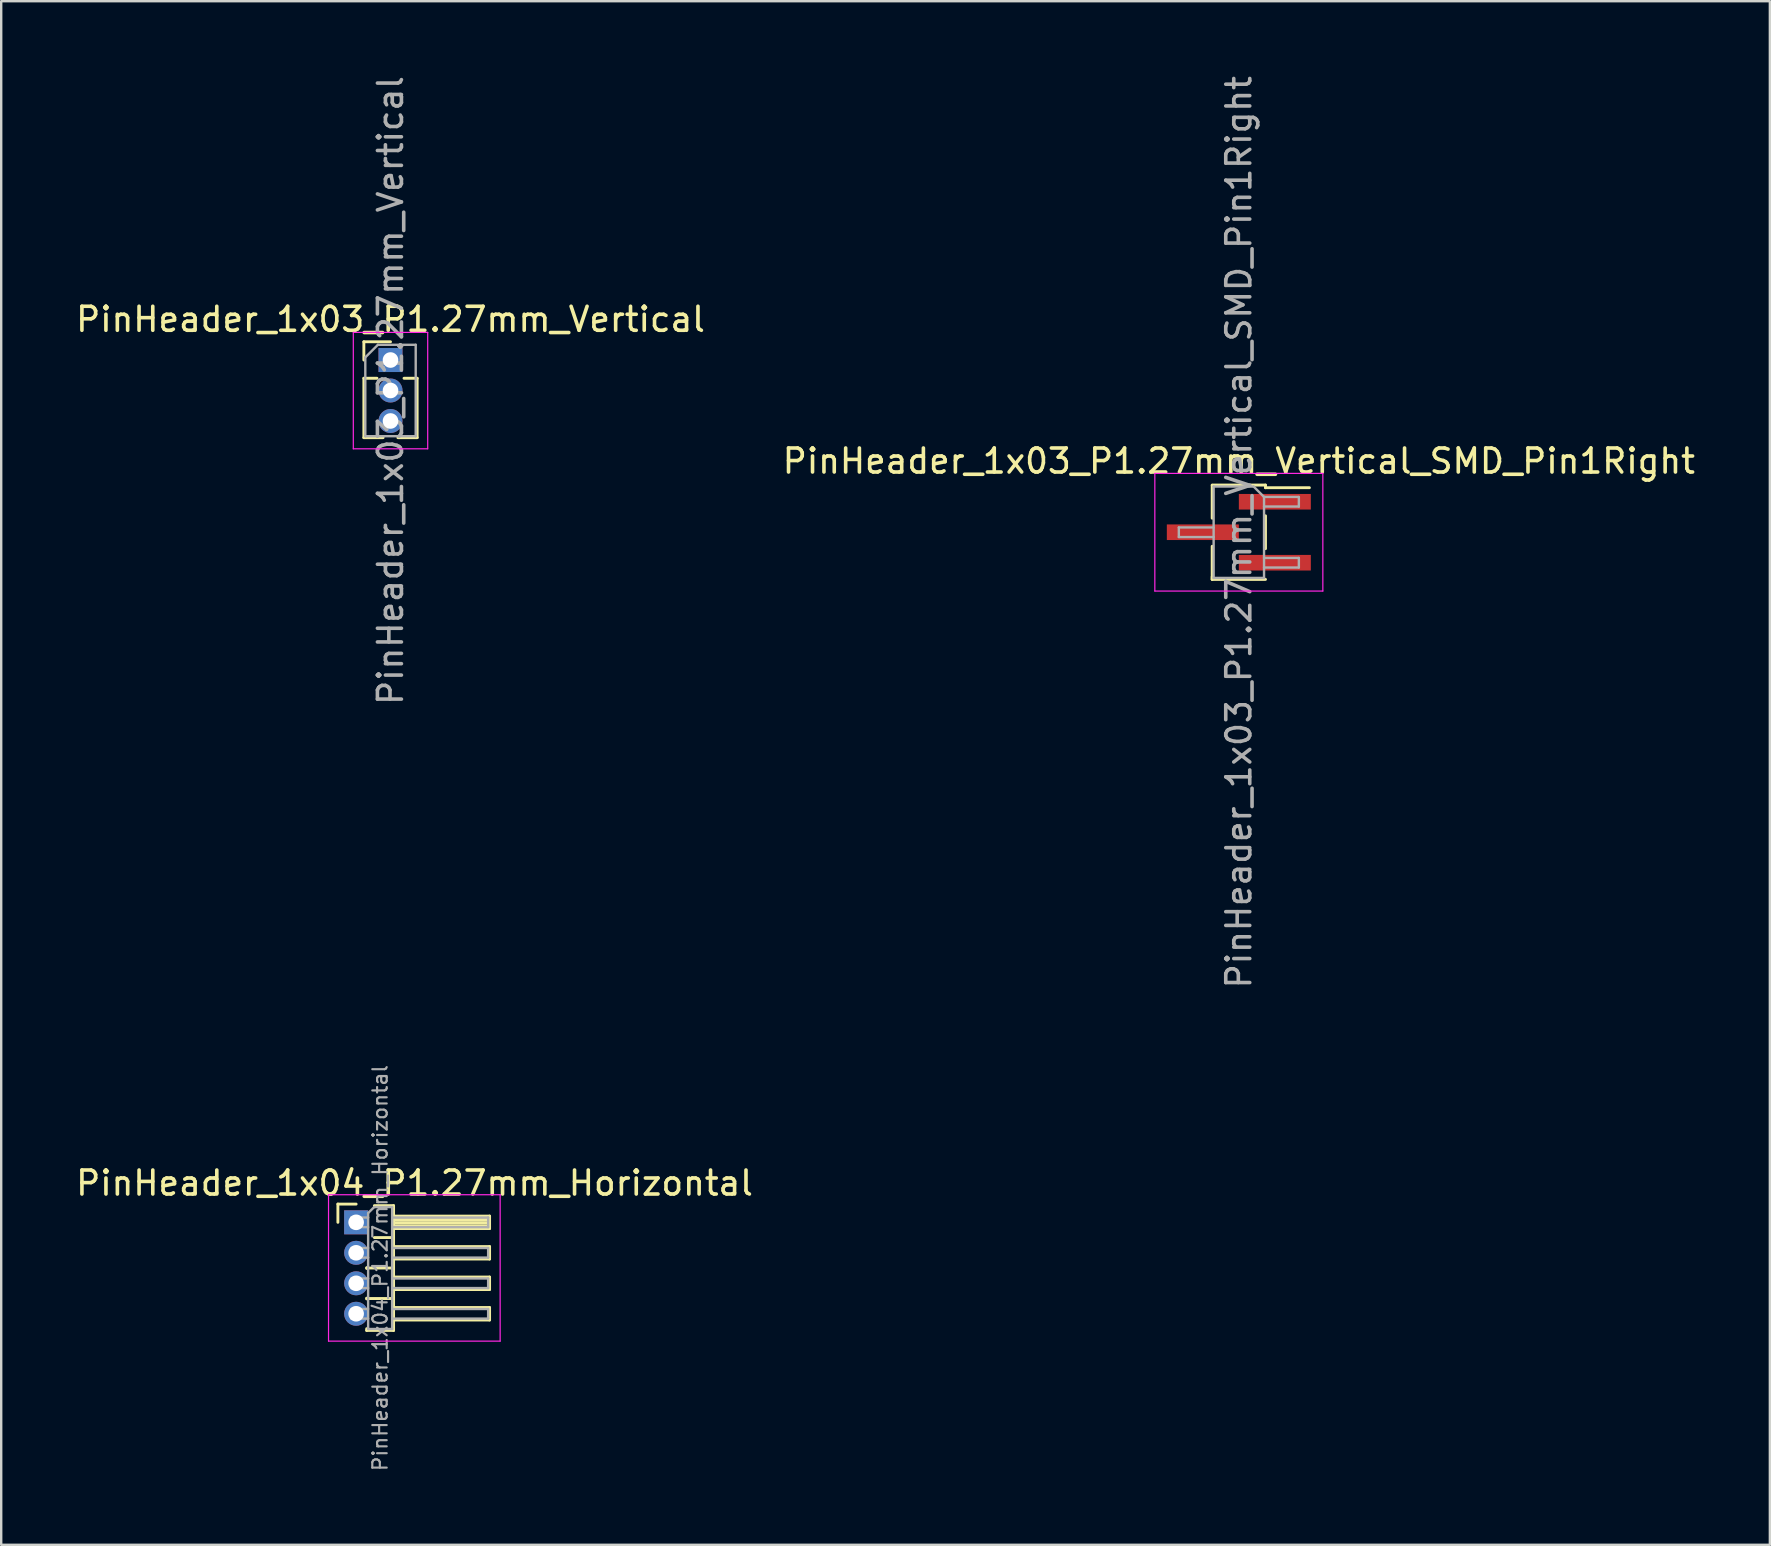
<source format=kicad_pcb>
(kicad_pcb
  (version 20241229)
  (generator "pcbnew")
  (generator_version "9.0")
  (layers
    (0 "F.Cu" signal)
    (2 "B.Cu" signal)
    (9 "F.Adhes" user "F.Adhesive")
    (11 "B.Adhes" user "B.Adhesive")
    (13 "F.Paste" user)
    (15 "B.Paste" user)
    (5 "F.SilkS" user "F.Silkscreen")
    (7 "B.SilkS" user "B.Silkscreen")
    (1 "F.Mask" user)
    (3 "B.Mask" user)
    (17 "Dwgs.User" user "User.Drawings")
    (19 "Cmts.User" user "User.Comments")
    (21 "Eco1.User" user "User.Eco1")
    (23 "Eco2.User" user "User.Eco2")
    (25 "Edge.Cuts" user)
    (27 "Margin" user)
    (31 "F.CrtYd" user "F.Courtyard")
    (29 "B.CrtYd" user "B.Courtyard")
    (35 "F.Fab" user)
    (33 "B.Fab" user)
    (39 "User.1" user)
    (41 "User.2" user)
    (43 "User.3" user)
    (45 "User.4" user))
  (footprint "PinHeader_1x03_P1.27mm_Vertical"
    (layer "F.Cu")
    (at 13.22 11.95)
    (property "Reference" "PinHeader_1x03_P1.27mm_Vertical" (at 0 -1.695 0) (layer "F.SilkS") (effects (font (size 1 1) (thickness 0.15))))
    (attr through_hole)
    (fp_line (start -1.11 -0.76) (end 0 -0.76) (stroke (width 0.12) (type solid)) (layer "F.SilkS"))
    (fp_line (start -1.11 0) (end -1.11 -0.76) (stroke (width 0.12) (type solid)) (layer "F.SilkS"))
    (fp_line (start -1.11 0.76) (end -1.11 3.235) (stroke (width 0.12) (type solid)) (layer "F.SilkS"))
    (fp_line (start -1.11 0.76) (end -0.563 0.76) (stroke (width 0.12) (type solid)) (layer "F.SilkS"))
    (fp_line (start -1.11 3.235) (end -0.308 3.235) (stroke (width 0.12) (type solid)) (layer "F.SilkS"))
    (fp_line (start 0.308 3.235) (end 1.11 3.235) (stroke (width 0.12) (type solid)) (layer "F.SilkS"))
    (fp_line (start 0.563 0.76) (end 1.11 0.76) (stroke (width 0.12) (type solid)) (layer "F.SilkS"))
    (fp_line (start 1.11 0.76) (end 1.11 3.235) (stroke (width 0.12) (type solid)) (layer "F.SilkS"))
    (fp_line (start -1.55 -1.15) (end -1.55 3.7) (stroke (width 0.05) (type solid)) (layer "F.CrtYd"))
    (fp_line (start -1.55 3.7) (end 1.55 3.7) (stroke (width 0.05) (type solid)) (layer "F.CrtYd"))
    (fp_line (start 1.55 -1.15) (end -1.55 -1.15) (stroke (width 0.05) (type solid)) (layer "F.CrtYd"))
    (fp_line (start 1.55 3.7) (end 1.55 -1.15) (stroke (width 0.05) (type solid)) (layer "F.CrtYd"))
    (fp_line (start -1.05 -0.11) (end -0.525 -0.635) (stroke (width 0.1) (type solid)) (layer "F.Fab"))
    (fp_line (start -1.05 3.175) (end -1.05 -0.11) (stroke (width 0.1) (type solid)) (layer "F.Fab"))
    (fp_line (start -0.525 -0.635) (end 1.05 -0.635) (stroke (width 0.1) (type solid)) (layer "F.Fab"))
    (fp_line (start 1.05 -0.635) (end 1.05 3.175) (stroke (width 0.1) (type solid)) (layer "F.Fab"))
    (fp_line (start 1.05 3.175) (end -1.05 3.175) (stroke (width 0.1) (type solid)) (layer "F.Fab"))
    (fp_text user "${REFERENCE}" (at 0 1.27 90) (layer "F.Fab") (effects (font (size 1 1) (thickness 0.15))))
    (pad "1" thru_hole rect (at 0 0) (size 1 1) (drill 0.65) (layers "*.Cu" "*.Mask"))
    (pad "2" thru_hole oval (at 0 1.27) (size 1 1) (drill 0.65) (layers "*.Cu" "*.Mask"))
    (pad "3" thru_hole oval (at 0 2.54) (size 1 1) (drill 0.65) (layers "*.Cu" "*.Mask")))
  (footprint "PinHeader_1x04_P1.27mm_Horizontal"
    (layer "F.Cu")
    (at 11.788 47.877)
    (property "Reference" "PinHeader_1x04_P1.27mm_Horizontal" (at 2.433 -1.635 0) (layer "F.SilkS") (effects (font (size 1 1) (thickness 0.15))))
    (attr through_hole)
    (fp_line (start -0.76 -0.76) (end 0 -0.76) (stroke (width 0.12) (type solid)) (layer "F.SilkS"))
    (fp_line (start -0.76 0) (end -0.76 -0.76) (stroke (width 0.12) (type solid)) (layer "F.SilkS"))
    (fp_line (start 0.44 1.89) (end 0.44 1.92) (stroke (width 0.12) (type solid)) (layer "F.SilkS"))
    (fp_line (start 0.44 1.905) (end 1.56 1.905) (stroke (width 0.12) (type solid)) (layer "F.SilkS"))
    (fp_line (start 0.44 3.16) (end 0.44 3.19) (stroke (width 0.12) (type solid)) (layer "F.SilkS"))
    (fp_line (start 0.44 3.175) (end 1.56 3.175) (stroke (width 0.12) (type solid)) (layer "F.SilkS"))
    (fp_line (start 0.44 4.505) (end 0.44 4.43) (stroke (width 0.12) (type solid)) (layer "F.SilkS"))
    (fp_line (start 0.76 -0.695) (end 1.56 -0.695) (stroke (width 0.12) (type solid)) (layer "F.SilkS"))
    (fp_line (start 0.76 0.635) (end 1.56 0.635) (stroke (width 0.12) (type solid)) (layer "F.SilkS"))
    (fp_line (start 1.56 -0.695) (end 1.56 4.505) (stroke (width 0.12) (type solid)) (layer "F.SilkS"))
    (fp_line (start 1.56 -0.26) (end 5.56 -0.26) (stroke (width 0.12) (type solid)) (layer "F.SilkS"))
    (fp_line (start 1.56 -0.2) (end 5.56 -0.2) (stroke (width 0.12) (type solid)) (layer "F.SilkS"))
    (fp_line (start 1.56 -0.08) (end 5.56 -0.08) (stroke (width 0.12) (type solid)) (layer "F.SilkS"))
    (fp_line (start 1.56 0.04) (end 5.56 0.04) (stroke (width 0.12) (type solid)) (layer "F.SilkS"))
    (fp_line (start 1.56 0.16) (end 5.56 0.16) (stroke (width 0.12) (type solid)) (layer "F.SilkS"))
    (fp_line (start 1.56 1.01) (end 5.56 1.01) (stroke (width 0.12) (type solid)) (layer "F.SilkS"))
    (fp_line (start 1.56 2.28) (end 5.56 2.28) (stroke (width 0.12) (type solid)) (layer "F.SilkS"))
    (fp_line (start 1.56 3.55) (end 5.56 3.55) (stroke (width 0.12) (type solid)) (layer "F.SilkS"))
    (fp_line (start 1.56 4.505) (end 0.44 4.505) (stroke (width 0.12) (type solid)) (layer "F.SilkS"))
    (fp_line (start 5.56 -0.26) (end 5.56 0.26) (stroke (width 0.12) (type solid)) (layer "F.SilkS"))
    (fp_line (start 5.56 0.26) (end 1.56 0.26) (stroke (width 0.12) (type solid)) (layer "F.SilkS"))
    (fp_line (start 5.56 1.01) (end 5.56 1.53) (stroke (width 0.12) (type solid)) (layer "F.SilkS"))
    (fp_line (start 5.56 1.53) (end 1.56 1.53) (stroke (width 0.12) (type solid)) (layer "F.SilkS"))
    (fp_line (start 5.56 2.28) (end 5.56 2.8) (stroke (width 0.12) (type solid)) (layer "F.SilkS"))
    (fp_line (start 5.56 2.8) (end 1.56 2.8) (stroke (width 0.12) (type solid)) (layer "F.SilkS"))
    (fp_line (start 5.56 3.55) (end 5.56 4.07) (stroke (width 0.12) (type solid)) (layer "F.SilkS"))
    (fp_line (start 5.56 4.07) (end 1.56 4.07) (stroke (width 0.12) (type solid)) (layer "F.SilkS"))
    (fp_line (start -1.15 -1.15) (end -1.15 4.95) (stroke (width 0.05) (type solid)) (layer "F.CrtYd"))
    (fp_line (start -1.15 4.95) (end 6 4.95) (stroke (width 0.05) (type solid)) (layer "F.CrtYd"))
    (fp_line (start 6 -1.15) (end -1.15 -1.15) (stroke (width 0.05) (type solid)) (layer "F.CrtYd"))
    (fp_line (start 6 4.95) (end 6 -1.15) (stroke (width 0.05) (type solid)) (layer "F.CrtYd"))
    (fp_line (start -0.2 -0.2) (end -0.2 0.2) (stroke (width 0.1) (type solid)) (layer "F.Fab"))
    (fp_line (start -0.2 -0.2) (end 0.5 -0.2) (stroke (width 0.1) (type solid)) (layer "F.Fab"))
    (fp_line (start -0.2 0.2) (end 0.5 0.2) (stroke (width 0.1) (type solid)) (layer "F.Fab"))
    (fp_line (start -0.2 1.07) (end -0.2 1.47) (stroke (width 0.1) (type solid)) (layer "F.Fab"))
    (fp_line (start -0.2 1.07) (end 0.5 1.07) (stroke (width 0.1) (type solid)) (layer "F.Fab"))
    (fp_line (start -0.2 1.47) (end 0.5 1.47) (stroke (width 0.1) (type solid)) (layer "F.Fab"))
    (fp_line (start -0.2 2.34) (end -0.2 2.74) (stroke (width 0.1) (type solid)) (layer "F.Fab"))
    (fp_line (start -0.2 2.34) (end 0.5 2.34) (stroke (width 0.1) (type solid)) (layer "F.Fab"))
    (fp_line (start -0.2 2.74) (end 0.5 2.74) (stroke (width 0.1) (type solid)) (layer "F.Fab"))
    (fp_line (start -0.2 3.61) (end -0.2 4.01) (stroke (width 0.1) (type solid)) (layer "F.Fab"))
    (fp_line (start -0.2 3.61) (end 0.5 3.61) (stroke (width 0.1) (type solid)) (layer "F.Fab"))
    (fp_line (start -0.2 4.01) (end 0.5 4.01) (stroke (width 0.1) (type solid)) (layer "F.Fab"))
    (fp_line (start 0.5 -0.385) (end 0.75 -0.635) (stroke (width 0.1) (type solid)) (layer "F.Fab"))
    (fp_line (start 0.5 4.445) (end 0.5 -0.385) (stroke (width 0.1) (type solid)) (layer "F.Fab"))
    (fp_line (start 0.75 -0.635) (end 1.5 -0.635) (stroke (width 0.1) (type solid)) (layer "F.Fab"))
    (fp_line (start 1.5 -0.635) (end 1.5 4.445) (stroke (width 0.1) (type solid)) (layer "F.Fab"))
    (fp_line (start 1.5 -0.2) (end 5.5 -0.2) (stroke (width 0.1) (type solid)) (layer "F.Fab"))
    (fp_line (start 1.5 0.2) (end 5.5 0.2) (stroke (width 0.1) (type solid)) (layer "F.Fab"))
    (fp_line (start 1.5 1.07) (end 5.5 1.07) (stroke (width 0.1) (type solid)) (layer "F.Fab"))
    (fp_line (start 1.5 1.47) (end 5.5 1.47) (stroke (width 0.1) (type solid)) (layer "F.Fab"))
    (fp_line (start 1.5 2.34) (end 5.5 2.34) (stroke (width 0.1) (type solid)) (layer "F.Fab"))
    (fp_line (start 1.5 2.74) (end 5.5 2.74) (stroke (width 0.1) (type solid)) (layer "F.Fab"))
    (fp_line (start 1.5 3.61) (end 5.5 3.61) (stroke (width 0.1) (type solid)) (layer "F.Fab"))
    (fp_line (start 1.5 4.01) (end 5.5 4.01) (stroke (width 0.1) (type solid)) (layer "F.Fab"))
    (fp_line (start 1.5 4.445) (end 0.5 4.445) (stroke (width 0.1) (type solid)) (layer "F.Fab"))
    (fp_line (start 5.5 -0.2) (end 5.5 0.2) (stroke (width 0.1) (type solid)) (layer "F.Fab"))
    (fp_line (start 5.5 1.07) (end 5.5 1.47) (stroke (width 0.1) (type solid)) (layer "F.Fab"))
    (fp_line (start 5.5 2.34) (end 5.5 2.74) (stroke (width 0.1) (type solid)) (layer "F.Fab"))
    (fp_line (start 5.5 3.61) (end 5.5 4.01) (stroke (width 0.1) (type solid)) (layer "F.Fab"))
    (fp_text user "${REFERENCE}" (at 1 1.905 90) (layer "F.Fab") (effects (font (size 0.6 0.6) (thickness 0.09))))
    (pad "1" thru_hole rect (at 0 0) (size 1 1) (drill 0.65) (layers "*.Cu" "*.Mask"))
    (pad "2" thru_hole oval (at 0 1.27) (size 1 1) (drill 0.65) (layers "*.Cu" "*.Mask"))
    (pad "3" thru_hole oval (at 0 2.54) (size 1 1) (drill 0.65) (layers "*.Cu" "*.Mask"))
    (pad "4" thru_hole oval (at 0 3.81) (size 1 1) (drill 0.65) (layers "*.Cu" "*.Mask")))
  (footprint "PinHeader_1x03_P1.27mm_Vertical_SMD_Pin1Right"
    (layer "F.Cu")
    (at 48.565 19.125)
    (property "Reference" "PinHeader_1x03_P1.27mm_Vertical_SMD_Pin1Right" (at 0 -2.965 0) (layer "F.SilkS") (effects (font (size 1 1) (thickness 0.15))))
    (attr smd)
    (fp_line (start -1.11 -1.965) (end 1.11 -1.965) (stroke (width 0.12) (type solid)) (layer "F.SilkS"))
    (fp_line (start -1.11 -1.955) (end -1.11 -0.585) (stroke (width 0.12) (type solid)) (layer "F.SilkS"))
    (fp_line (start -1.11 0.585) (end -1.11 1.955) (stroke (width 0.12) (type solid)) (layer "F.SilkS"))
    (fp_line (start -1.11 1.855) (end -1.11 1.965) (stroke (width 0.12) (type solid)) (layer "F.SilkS"))
    (fp_line (start -1.11 1.965) (end 1.11 1.965) (stroke (width 0.12) (type solid)) (layer "F.SilkS"))
    (fp_line (start 1.11 -1.965) (end 1.11 -1.855) (stroke (width 0.12) (type solid)) (layer "F.SilkS"))
    (fp_line (start 1.11 -1.855) (end 2.94 -1.855) (stroke (width 0.12) (type solid)) (layer "F.SilkS"))
    (fp_line (start 1.11 -0.685) (end 1.11 0.685) (stroke (width 0.12) (type solid)) (layer "F.SilkS"))
    (fp_line (start -3.5 -2.45) (end -3.5 2.45) (stroke (width 0.05) (type solid)) (layer "F.CrtYd"))
    (fp_line (start -3.5 2.45) (end 3.5 2.45) (stroke (width 0.05) (type solid)) (layer "F.CrtYd"))
    (fp_line (start 3.5 -2.45) (end -3.5 -2.45) (stroke (width 0.05) (type solid)) (layer "F.CrtYd"))
    (fp_line (start 3.5 2.45) (end 3.5 -2.45) (stroke (width 0.05) (type solid)) (layer "F.CrtYd"))
    (fp_line (start -2.5 -0.2) (end -2.5 0.2) (stroke (width 0.1) (type solid)) (layer "F.Fab"))
    (fp_line (start -2.5 0.2) (end -1.05 0.2) (stroke (width 0.1) (type solid)) (layer "F.Fab"))
    (fp_line (start -1.05 -1.905) (end -1.05 1.905) (stroke (width 0.1) (type solid)) (layer "F.Fab"))
    (fp_line (start -1.05 -1.905) (end 0.615 -1.905) (stroke (width 0.1) (type solid)) (layer "F.Fab"))
    (fp_line (start -1.05 -0.2) (end -2.5 -0.2) (stroke (width 0.1) (type solid)) (layer "F.Fab"))
    (fp_line (start 1.05 -1.47) (end 0.615 -1.905) (stroke (width 0.1) (type solid)) (layer "F.Fab"))
    (fp_line (start 1.05 -1.47) (end 2.5 -1.47) (stroke (width 0.1) (type solid)) (layer "F.Fab"))
    (fp_line (start 1.05 1.07) (end 2.5 1.07) (stroke (width 0.1) (type solid)) (layer "F.Fab"))
    (fp_line (start 1.05 1.905) (end -1.05 1.905) (stroke (width 0.1) (type solid)) (layer "F.Fab"))
    (fp_line (start 1.05 1.905) (end 1.05 -1.47) (stroke (width 0.1) (type solid)) (layer "F.Fab"))
    (fp_line (start 2.5 -1.47) (end 2.5 -1.07) (stroke (width 0.1) (type solid)) (layer "F.Fab"))
    (fp_line (start 2.5 -1.07) (end 1.05 -1.07) (stroke (width 0.1) (type solid)) (layer "F.Fab"))
    (fp_line (start 2.5 1.07) (end 2.5 1.47) (stroke (width 0.1) (type solid)) (layer "F.Fab"))
    (fp_line (start 2.5 1.47) (end 1.05 1.47) (stroke (width 0.1) (type solid)) (layer "F.Fab"))
    (fp_text user "${REFERENCE}" (at 0 0 90) (layer "F.Fab") (effects (font (size 1 1) (thickness 0.15))))
    (pad "1" smd rect (at 1.5 -1.27) (size 3 0.65) (layers "F.Cu" "F.Mask" "F.Paste"))
    (pad "2" smd rect (at -1.5 0) (size 3 0.65) (layers "F.Cu" "F.Mask" "F.Paste"))
    (pad "3" smd rect (at 1.5 1.27) (size 3 0.65) (layers "F.Cu" "F.Mask" "F.Paste")))
  (gr_rect
    (start -3 -3)
    (end 70.69 61.314)
    (stroke (width 0.1) (type default))
    (fill no)
    (layer "Edge.Cuts")))
</source>
